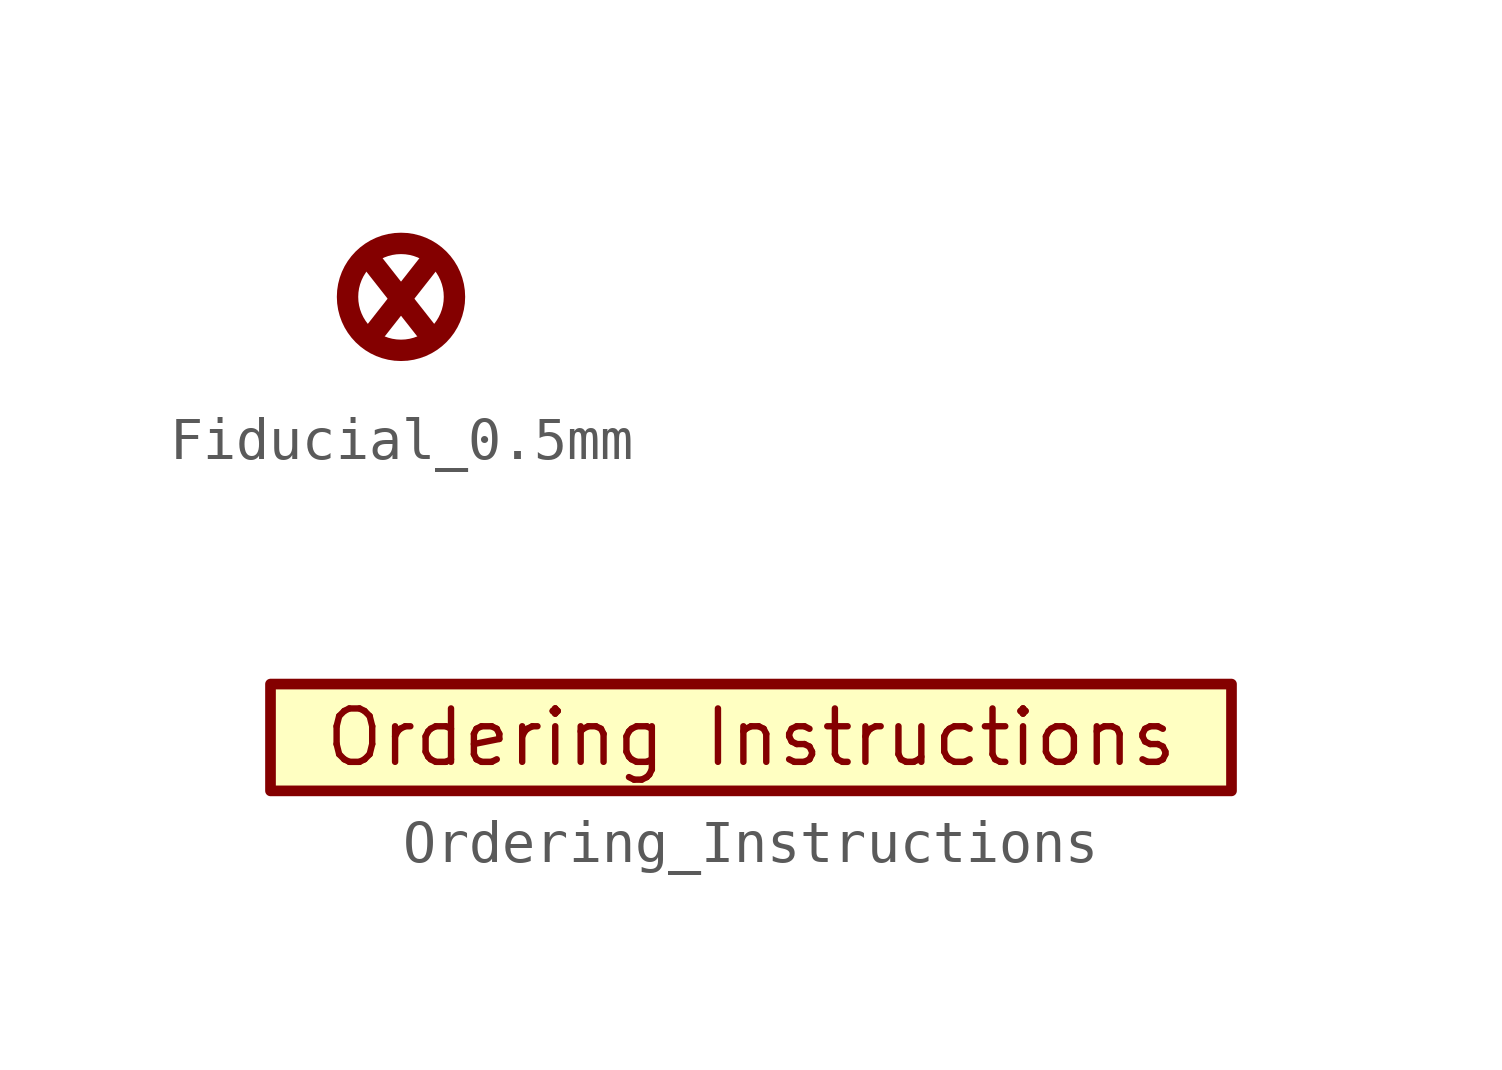
<source format=kicad_sym>
(kicad_symbol_lib
  (version 20241209)
  (generator "kicad_symbol_editor")
  (generator_version "9.0")
  (symbol "Fiducial_0.5mm"
    (property "Reference" "FID"
      (at 0 2.54 0)
      (effects (font (size 1.27 1.27)) (hide yes)))
    (symbol "Fiducial_0.5mm_1_1"
      (circle (center 0 0) (radius 1.27) (stroke (width 0.508) (type default)) (fill (type none)))
      (text "x" (at 0 0.254 0) (effects (font (size 2.5 2.5) (bold yes))))))
  (symbol "Ordering_Instructions"
    (property "Reference" "U"
      (at 0 2.54 0)
      (effects (font (size 1.27 1.27)) (hide yes)))
    (symbol "Ordering_Instructions_0_1"
      (rectangle (start -10.16 1.27) (end 12.7 -1.27) (stroke (width 0.254) (type default)) (fill (type background))))
    (symbol "Ordering_Instructions_1_1"
      (text "Ordering Instructions" (at 1.27 0 0) (effects (font (size 1.27 1.27)))))))
</source>
